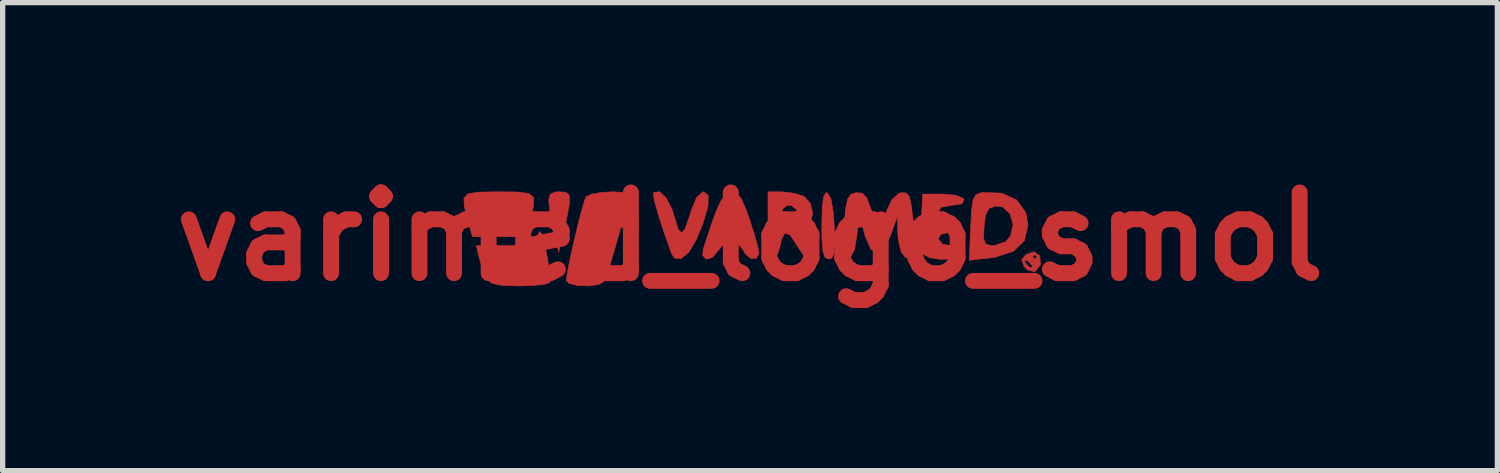
<source format=kicad_pcb>
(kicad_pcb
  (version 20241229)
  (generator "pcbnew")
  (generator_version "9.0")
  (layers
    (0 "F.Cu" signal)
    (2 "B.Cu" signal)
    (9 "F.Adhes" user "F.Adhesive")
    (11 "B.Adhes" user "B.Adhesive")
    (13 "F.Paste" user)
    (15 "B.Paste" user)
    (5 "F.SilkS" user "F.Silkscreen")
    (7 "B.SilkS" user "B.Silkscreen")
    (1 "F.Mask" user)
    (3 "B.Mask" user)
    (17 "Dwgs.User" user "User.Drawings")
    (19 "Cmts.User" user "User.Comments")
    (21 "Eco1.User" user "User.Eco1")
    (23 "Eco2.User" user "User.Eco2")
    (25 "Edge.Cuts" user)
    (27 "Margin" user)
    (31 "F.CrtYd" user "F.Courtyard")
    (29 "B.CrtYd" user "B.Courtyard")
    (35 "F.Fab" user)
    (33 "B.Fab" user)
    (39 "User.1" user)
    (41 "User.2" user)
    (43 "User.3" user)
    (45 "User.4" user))
  (footprint "varimed_logo_smol"
    (layer "F.Cu")
    (at 11.111 1.418)
    (property "Reference" "varimed_logo_smol" (at 0 0 0) (layer "F.Cu") (effects (font (size 1.524 1.524) (thickness 0.3))))
    (attr through_hole)
    (fp_poly (pts (xy -3.476 -0.836) (xy -3.413 -0.783) (xy -3.405 -0.654) (xy -3.447 -0.417) (xy -3.504 -0.169) (xy -3.614 0.296) (xy -3.712 -0.152) (xy -3.781 -0.491) (xy -3.802 -0.697) (xy -3.77 -0.804) (xy -3.68 -0.843) (xy -3.598 -0.847) (xy -3.476 -0.836)) (stroke (width 0.01) (type solid)) (fill yes) (layer "F.Cu"))
    (fp_poly (pts (xy -4.389 -0.843) (xy -4.18 -0.816) (xy -4.086 -0.743) (xy -4.083 -0.598) (xy -4.142 -0.359) (xy -4.153 -0.318) (xy -4.241 0) (xy -5.241 0) (xy -5.33 -0.318) (xy -5.395 -0.572) (xy -5.402 -0.728) (xy -5.322 -0.81) (xy -5.13 -0.841) (xy -4.799 -0.847) (xy -4.741 -0.847) (xy -4.389 -0.843)) (stroke (width 0.01) (type solid)) (fill yes) (layer "F.Cu"))
    (fp_poly (pts (xy 1.46 -0.826) (xy 1.527 -0.719) (xy 1.573 -0.456) (xy 1.591 -0.184) (xy 1.598 0.138) (xy 1.583 0.325) (xy 1.54 0.408) (xy 1.485 0.423) (xy 1.417 0.393) (xy 1.377 0.281) (xy 1.358 0.056) (xy 1.355 -0.219) (xy 1.363 -0.562) (xy 1.389 -0.758) (xy 1.437 -0.828) (xy 1.46 -0.826)) (stroke (width 0.01) (type solid)) (fill yes) (layer "F.Cu"))
    (fp_poly (pts (xy -3.931 -0.051) (xy -3.88 0.134) (xy -3.845 0.296) (xy -3.796 0.574) (xy -3.774 0.783) (xy -3.78 0.867) (xy -3.879 0.9) (xy -4.098 0.923) (xy -4.362 0.931) (xy -4.678 0.921) (xy -4.864 0.885) (xy -4.963 0.813) (xy -4.981 0.783) (xy -5.058 0.587) (xy -5.112 0.402) (xy -5.168 0.169) (xy -4.622 0.169) (xy -4.322 0.163) (xy -4.148 0.136) (xy -4.058 0.075) (xy -4.012 -0.021) (xy -3.972 -0.097) (xy -3.931 -0.051)) (stroke (width 0.01) (type solid)) (fill yes) (layer "F.Cu"))
    (fp_poly (pts (xy -2.387 -0.833) (xy -2.29 -0.794) (xy -2.287 -0.783) (xy -2.31 -0.662) (xy -2.37 -0.427) (xy -2.453 -0.123) (xy -2.546 0.202) (xy -2.635 0.503) (xy -2.708 0.733) (xy -2.75 0.845) (xy -2.862 0.906) (xy -3.054 0.931) (xy -3.262 0.922) (xy -3.421 0.882) (xy -3.469 0.826) (xy -3.448 0.674) (xy -3.397 0.417) (xy -3.327 0.102) (xy -3.25 -0.221) (xy -3.176 -0.505) (xy -3.119 -0.699) (xy -3.097 -0.751) (xy -2.994 -0.803) (xy -2.8 -0.836) (xy -2.577 -0.847) (xy -2.387 -0.833)) (stroke (width 0.01) (type solid)) (fill yes) (layer "F.Cu"))
    (fp_poly (pts (xy -1.585 -0.735) (xy -1.472 -0.516) (xy -1.43 -0.379) (xy -1.359 -0.148) (xy -1.294 -0.071) (xy -1.224 -0.153) (xy -1.138 -0.397) (xy -1.112 -0.487) (xy -1.009 -0.739) (xy -0.893 -0.845) (xy -0.875 -0.847) (xy -0.789 -0.777) (xy -0.793 -0.577) (xy -0.886 -0.258) (xy -1.011 0.05) (xy -1.152 0.291) (xy -1.298 0.415) (xy -1.423 0.407) (xy -1.483 0.318) (xy -1.624 -0.081) (xy -1.734 -0.423) (xy -1.805 -0.678) (xy -1.828 -0.815) (xy -1.824 -0.829) (xy -1.711 -0.849) (xy -1.585 -0.735)) (stroke (width 0.01) (type solid)) (fill yes) (layer "F.Cu"))
    (fp_poly (pts (xy 5.471 0.36) (xy 5.483 0.52) (xy 5.475 0.545) (xy 5.374 0.667) (xy 5.238 0.626) (xy 5.174 0.562) (xy 5.132 0.448) (xy 5.178 0.448) (xy 5.199 0.495) (xy 5.284 0.586) (xy 5.333 0.567) (xy 5.334 0.555) (xy 5.274 0.484) (xy 5.236 0.458) (xy 5.178 0.448) (xy 5.132 0.448) (xy 5.128 0.439) (xy 5.174 0.381) (xy 5.334 0.381) (xy 5.376 0.423) (xy 5.419 0.381) (xy 5.376 0.339) (xy 5.334 0.381) (xy 5.174 0.381) (xy 5.21 0.337) (xy 5.361 0.285) (xy 5.471 0.36)) (stroke (width 0.01) (type solid)) (fill yes) (layer "F.Cu"))
    (fp_poly (pts (xy 3.888 -0.781) (xy 4.03 -0.72) (xy 4.043 -0.699) (xy 3.999 -0.618) (xy 3.817 -0.593) (xy 3.612 -0.557) (xy 3.556 -0.466) (xy 3.63 -0.364) (xy 3.768 -0.339) (xy 3.938 -0.295) (xy 3.979 -0.212) (xy 3.906 -0.11) (xy 3.768 -0.085) (xy 3.597 -0.041) (xy 3.556 0.042) (xy 3.632 0.143) (xy 3.81 0.169) (xy 4.012 0.207) (xy 4.064 0.296) (xy 3.991 0.377) (xy 3.814 0.421) (xy 3.593 0.428) (xy 3.389 0.397) (xy 3.263 0.327) (xy 3.252 0.308) (xy 3.233 0.165) (xy 3.227 -0.085) (xy 3.234 -0.306) (xy 3.26 -0.804) (xy 3.634 -0.804) (xy 3.888 -0.781)) (stroke (width 0.01) (type solid)) (fill yes) (layer "F.Cu"))
    (fp_poly (pts (xy 4.755 -0.822) (xy 5.036 -0.691) (xy 5.207 -0.455) (xy 5.249 -0.219) (xy 5.181 0.075) (xy 4.974 0.276) (xy 4.625 0.389) (xy 4.529 0.402) (xy 4.141 0.446) (xy 4.157 0.035) (xy 4.411 0.035) (xy 4.448 0.139) (xy 4.553 0.168) (xy 4.606 0.169) (xy 4.826 0.096) (xy 4.916 -0.011) (xy 4.967 -0.232) (xy 4.908 -0.433) (xy 4.767 -0.561) (xy 4.635 -0.577) (xy 4.51 -0.53) (xy 4.446 -0.404) (xy 4.419 -0.191) (xy 4.411 0.035) (xy 4.157 0.035) (xy 4.166 -0.179) (xy 4.183 -0.501) (xy 4.21 -0.691) (xy 4.26 -0.786) (xy 4.346 -0.825) (xy 4.39 -0.833) (xy 4.755 -0.822)) (stroke (width 0.01) (type solid)) (fill yes) (layer "F.Cu"))
    (fp_poly (pts (xy -0.257 -0.818) (xy -0.17 -0.726) (xy -0.078 -0.52) (xy -0.009 -0.327) (xy 0.083 -0.038) (xy 0.147 0.195) (xy 0.169 0.313) (xy 0.118 0.412) (xy 0.007 0.408) (xy -0.1 0.313) (xy -0.127 0.254) (xy -0.238 0.116) (xy -0.341 0.085) (xy -0.506 0.153) (xy -0.593 0.254) (xy -0.713 0.395) (xy -0.83 0.426) (xy -0.895 0.351) (xy -0.882 0.233) (xy -0.744 -0.192) (xy -0.461 -0.192) (xy -0.442 -0.132) (xy -0.325 -0.087) (xy -0.257 -0.168) (xy -0.255 -0.191) (xy -0.299 -0.355) (xy -0.328 -0.409) (xy -0.393 -0.462) (xy -0.443 -0.358) (xy -0.445 -0.351) (xy -0.461 -0.192) (xy -0.744 -0.192) (xy -0.741 -0.202) (xy -0.632 -0.499) (xy -0.544 -0.686) (xy -0.463 -0.786) (xy -0.378 -0.827) (xy -0.362 -0.83) (xy -0.257 -0.818)) (stroke (width 0.01) (type solid)) (fill yes) (layer "F.Cu"))
    (fp_poly (pts (xy 0.843 -0.818) (xy 1.022 -0.759) (xy 1.139 -0.628) (xy 1.183 -0.446) (xy 1.148 -0.286) (xy 1.079 -0.229) (xy 1.016 -0.173) (xy 1.079 -0.078) (xy 1.156 0.067) (xy 1.183 0.245) (xy 1.157 0.385) (xy 1.103 0.423) (xy 1.012 0.356) (xy 0.9 0.19) (xy 0.889 0.169) (xy 0.757 -0.031) (xy 0.656 -0.068) (xy 0.591 0.058) (xy 0.577 0.142) (xy 0.522 0.322) (xy 0.445 0.403) (xy 0.387 0.374) (xy 0.354 0.226) (xy 0.34 -0.061) (xy 0.339 -0.205) (xy 0.339 -0.423) (xy 0.593 -0.423) (xy 0.633 -0.277) (xy 0.74 -0.279) (xy 0.836 -0.368) (xy 0.884 -0.505) (xy 0.784 -0.584) (xy 0.706 -0.593) (xy 0.614 -0.522) (xy 0.593 -0.423) (xy 0.339 -0.423) (xy 0.339 -0.847) (xy 0.598 -0.847) (xy 0.843 -0.818)) (stroke (width 0.01) (type solid)) (fill yes) (layer "F.Cu"))
    (fp_poly (pts (xy 2.124 -0.821) (xy 2.209 -0.724) (xy 2.289 -0.505) (xy 2.306 -0.45) (xy 2.423 -0.042) (xy 2.552 -0.423) (xy 2.677 -0.699) (xy 2.819 -0.822) (xy 2.852 -0.83) (xy 2.945 -0.826) (xy 3.005 -0.757) (xy 3.046 -0.588) (xy 3.082 -0.287) (xy 3.104 0.088) (xy 3.078 0.317) (xy 3.048 0.372) (xy 2.942 0.403) (xy 2.854 0.29) (xy 2.799 0.06) (xy 2.789 -0.085) (xy 2.781 -0.381) (xy 2.652 -0.017) (xy 2.529 0.236) (xy 2.403 0.321) (xy 2.283 0.239) (xy 2.174 -0.009) (xy 2.153 -0.085) (xy 2.054 -0.466) (xy 2.022 -0.049) (xy 1.976 0.233) (xy 1.898 0.394) (xy 1.801 0.412) (xy 1.773 0.39) (xy 1.76 0.293) (xy 1.762 0.075) (xy 1.777 -0.219) (xy 1.778 -0.226) (xy 1.806 -0.535) (xy 1.845 -0.714) (xy 1.907 -0.799) (xy 2.004 -0.831) (xy 2.124 -0.821)) (stroke (width 0.01) (type solid)) (fill yes) (layer "F.Cu")))
  (gr_rect
    (start -3 -3)
    (end 25.221 5.836)
    (stroke (width 0.1) (type default))
    (fill no)
    (layer "Edge.Cuts")))
</source>
